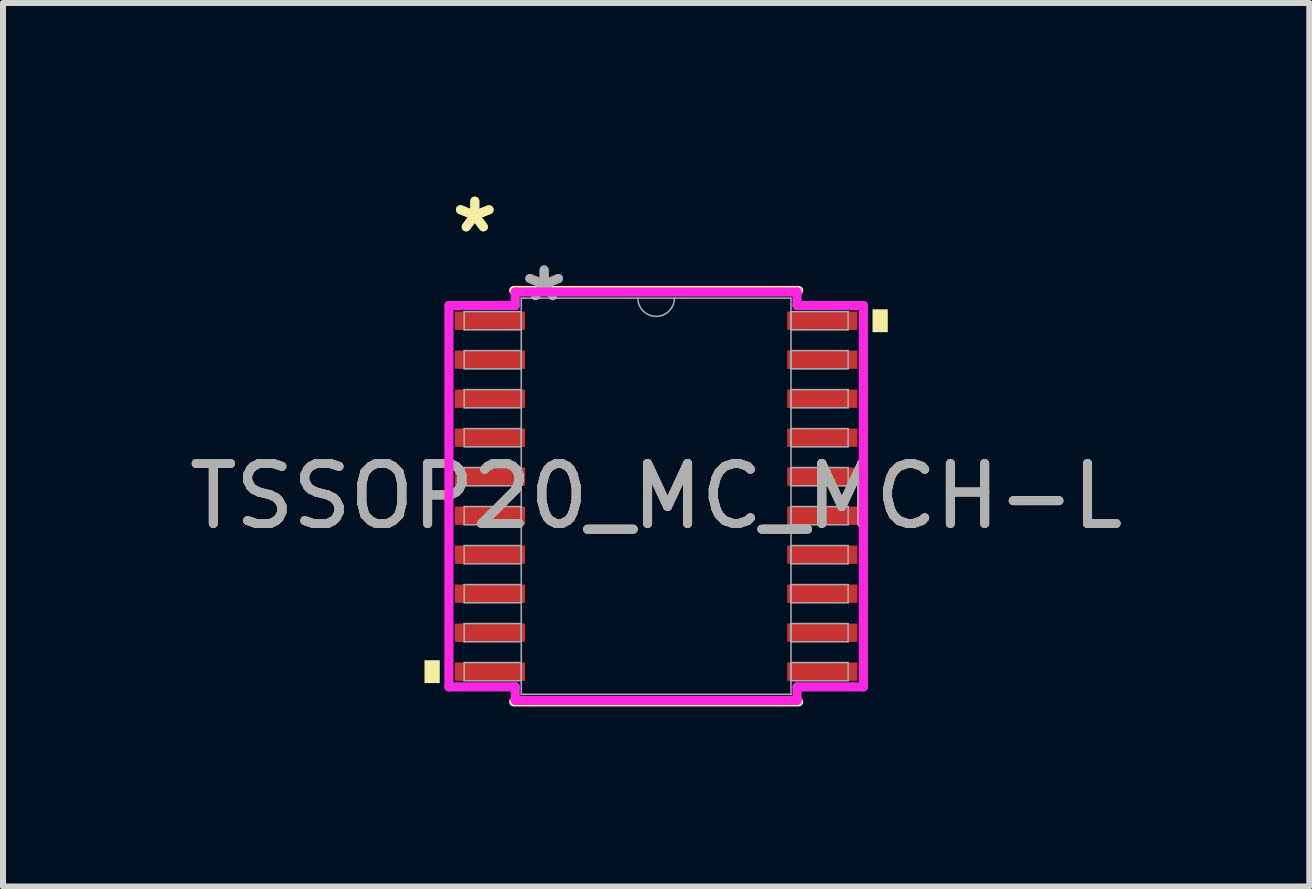
<source format=kicad_pcb>
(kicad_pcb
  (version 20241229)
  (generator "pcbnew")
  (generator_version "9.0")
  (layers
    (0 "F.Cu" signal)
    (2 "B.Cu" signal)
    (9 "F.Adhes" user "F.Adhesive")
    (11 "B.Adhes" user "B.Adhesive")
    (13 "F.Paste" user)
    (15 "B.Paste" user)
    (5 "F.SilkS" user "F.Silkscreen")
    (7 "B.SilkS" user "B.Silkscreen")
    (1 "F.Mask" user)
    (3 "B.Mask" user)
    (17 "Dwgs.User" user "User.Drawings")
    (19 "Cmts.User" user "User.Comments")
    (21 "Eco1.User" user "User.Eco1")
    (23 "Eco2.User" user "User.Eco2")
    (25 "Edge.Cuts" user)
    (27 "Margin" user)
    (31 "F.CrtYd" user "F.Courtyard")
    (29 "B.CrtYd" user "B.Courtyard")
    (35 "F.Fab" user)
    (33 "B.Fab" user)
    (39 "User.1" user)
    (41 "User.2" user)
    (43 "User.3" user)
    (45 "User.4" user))
  (footprint "TSSOP20_MC_MCH-L"
    (layer "F.Cu")
    (at 7.887 5.221)
    (property "Reference" "TSSOP20_MC_MCH-L" (at 0 0 0) (unlocked yes) (layer "F.SilkS") (effects (font (size 1 1) (thickness 0.15))))
    (attr smd)
    (fp_line (start -2.375 3.429) (end 2.375 3.429) (stroke (width 0.152) (type solid)) (layer "F.SilkS"))
    (fp_line (start 2.375 -3.429) (end -2.375 -3.429) (stroke (width 0.152) (type solid)) (layer "F.SilkS"))
    (fp_poly (pts (xy -3.861 2.734) (xy -3.861 3.115) (xy -3.607 3.115) (xy -3.607 2.734)) (stroke (width 0) (type solid)) (fill yes) (layer "F.SilkS"))
    (fp_poly (pts (xy 3.861 -3.115) (xy 3.861 -2.734) (xy 3.607 -2.734) (xy 3.607 -3.115)) (stroke (width 0) (type solid)) (fill yes) (layer "F.SilkS"))
    (fp_line (start -3.454 -3.179) (end -2.349 -3.179) (stroke (width 0.152) (type solid)) (layer "F.CrtYd"))
    (fp_line (start -3.454 3.179) (end -3.454 -3.179) (stroke (width 0.152) (type solid)) (layer "F.CrtYd"))
    (fp_line (start -3.454 3.179) (end -2.349 3.179) (stroke (width 0.152) (type solid)) (layer "F.CrtYd"))
    (fp_line (start -2.349 -3.404) (end 2.349 -3.404) (stroke (width 0.152) (type solid)) (layer "F.CrtYd"))
    (fp_line (start -2.349 -3.179) (end -2.349 -3.404) (stroke (width 0.152) (type solid)) (layer "F.CrtYd"))
    (fp_line (start -2.349 3.404) (end -2.349 3.179) (stroke (width 0.152) (type solid)) (layer "F.CrtYd"))
    (fp_line (start 2.349 -3.404) (end 2.349 -3.179) (stroke (width 0.152) (type solid)) (layer "F.CrtYd"))
    (fp_line (start 2.349 3.179) (end 2.349 3.404) (stroke (width 0.152) (type solid)) (layer "F.CrtYd"))
    (fp_line (start 2.349 3.404) (end -2.349 3.404) (stroke (width 0.152) (type solid)) (layer "F.CrtYd"))
    (fp_line (start 3.454 -3.179) (end 2.349 -3.179) (stroke (width 0.152) (type solid)) (layer "F.CrtYd"))
    (fp_line (start 3.454 -3.179) (end 3.454 3.179) (stroke (width 0.152) (type solid)) (layer "F.CrtYd"))
    (fp_line (start 3.454 3.179) (end 2.349 3.179) (stroke (width 0.152) (type solid)) (layer "F.CrtYd"))
    (fp_line (start -3.2 -3.077) (end -3.2 -2.773) (stroke (width 0.025) (type solid)) (layer "F.Fab"))
    (fp_line (start -3.2 -2.773) (end -2.248 -2.773) (stroke (width 0.025) (type solid)) (layer "F.Fab"))
    (fp_line (start -3.2 -2.427) (end -3.2 -2.123) (stroke (width 0.025) (type solid)) (layer "F.Fab"))
    (fp_line (start -3.2 -2.123) (end -2.248 -2.123) (stroke (width 0.025) (type solid)) (layer "F.Fab"))
    (fp_line (start -3.2 -1.777) (end -3.2 -1.473) (stroke (width 0.025) (type solid)) (layer "F.Fab"))
    (fp_line (start -3.2 -1.473) (end -2.248 -1.473) (stroke (width 0.025) (type solid)) (layer "F.Fab"))
    (fp_line (start -3.2 -1.127) (end -3.2 -0.823) (stroke (width 0.025) (type solid)) (layer "F.Fab"))
    (fp_line (start -3.2 -0.823) (end -2.248 -0.823) (stroke (width 0.025) (type solid)) (layer "F.Fab"))
    (fp_line (start -3.2 -0.477) (end -3.2 -0.173) (stroke (width 0.025) (type solid)) (layer "F.Fab"))
    (fp_line (start -3.2 -0.173) (end -2.248 -0.173) (stroke (width 0.025) (type solid)) (layer "F.Fab"))
    (fp_line (start -3.2 0.173) (end -3.2 0.477) (stroke (width 0.025) (type solid)) (layer "F.Fab"))
    (fp_line (start -3.2 0.477) (end -2.248 0.477) (stroke (width 0.025) (type solid)) (layer "F.Fab"))
    (fp_line (start -3.2 0.823) (end -3.2 1.127) (stroke (width 0.025) (type solid)) (layer "F.Fab"))
    (fp_line (start -3.2 1.127) (end -2.248 1.127) (stroke (width 0.025) (type solid)) (layer "F.Fab"))
    (fp_line (start -3.2 1.473) (end -3.2 1.777) (stroke (width 0.025) (type solid)) (layer "F.Fab"))
    (fp_line (start -3.2 1.777) (end -2.248 1.777) (stroke (width 0.025) (type solid)) (layer "F.Fab"))
    (fp_line (start -3.2 2.123) (end -3.2 2.427) (stroke (width 0.025) (type solid)) (layer "F.Fab"))
    (fp_line (start -3.2 2.427) (end -2.248 2.427) (stroke (width 0.025) (type solid)) (layer "F.Fab"))
    (fp_line (start -3.2 2.773) (end -3.2 3.077) (stroke (width 0.025) (type solid)) (layer "F.Fab"))
    (fp_line (start -3.2 3.077) (end -2.248 3.077) (stroke (width 0.025) (type solid)) (layer "F.Fab"))
    (fp_line (start -2.248 -3.302) (end -2.248 3.302) (stroke (width 0.025) (type solid)) (layer "F.Fab"))
    (fp_line (start -2.248 -3.077) (end -3.2 -3.077) (stroke (width 0.025) (type solid)) (layer "F.Fab"))
    (fp_line (start -2.248 -2.773) (end -2.248 -3.077) (stroke (width 0.025) (type solid)) (layer "F.Fab"))
    (fp_line (start -2.248 -2.427) (end -3.2 -2.427) (stroke (width 0.025) (type solid)) (layer "F.Fab"))
    (fp_line (start -2.248 -2.123) (end -2.248 -2.427) (stroke (width 0.025) (type solid)) (layer "F.Fab"))
    (fp_line (start -2.248 -1.777) (end -3.2 -1.777) (stroke (width 0.025) (type solid)) (layer "F.Fab"))
    (fp_line (start -2.248 -1.473) (end -2.248 -1.777) (stroke (width 0.025) (type solid)) (layer "F.Fab"))
    (fp_line (start -2.248 -1.127) (end -3.2 -1.127) (stroke (width 0.025) (type solid)) (layer "F.Fab"))
    (fp_line (start -2.248 -0.823) (end -2.248 -1.127) (stroke (width 0.025) (type solid)) (layer "F.Fab"))
    (fp_line (start -2.248 -0.477) (end -3.2 -0.477) (stroke (width 0.025) (type solid)) (layer "F.Fab"))
    (fp_line (start -2.248 -0.173) (end -2.248 -0.477) (stroke (width 0.025) (type solid)) (layer "F.Fab"))
    (fp_line (start -2.248 0.173) (end -3.2 0.173) (stroke (width 0.025) (type solid)) (layer "F.Fab"))
    (fp_line (start -2.248 0.477) (end -2.248 0.173) (stroke (width 0.025) (type solid)) (layer "F.Fab"))
    (fp_line (start -2.248 0.823) (end -3.2 0.823) (stroke (width 0.025) (type solid)) (layer "F.Fab"))
    (fp_line (start -2.248 1.127) (end -2.248 0.823) (stroke (width 0.025) (type solid)) (layer "F.Fab"))
    (fp_line (start -2.248 1.473) (end -3.2 1.473) (stroke (width 0.025) (type solid)) (layer "F.Fab"))
    (fp_line (start -2.248 1.777) (end -2.248 1.473) (stroke (width 0.025) (type solid)) (layer "F.Fab"))
    (fp_line (start -2.248 2.123) (end -3.2 2.123) (stroke (width 0.025) (type solid)) (layer "F.Fab"))
    (fp_line (start -2.248 2.427) (end -2.248 2.123) (stroke (width 0.025) (type solid)) (layer "F.Fab"))
    (fp_line (start -2.248 2.773) (end -3.2 2.773) (stroke (width 0.025) (type solid)) (layer "F.Fab"))
    (fp_line (start -2.248 3.077) (end -2.248 2.773) (stroke (width 0.025) (type solid)) (layer "F.Fab"))
    (fp_line (start -2.248 3.302) (end 2.248 3.302) (stroke (width 0.025) (type solid)) (layer "F.Fab"))
    (fp_line (start 2.248 -3.302) (end -2.248 -3.302) (stroke (width 0.025) (type solid)) (layer "F.Fab"))
    (fp_line (start 2.248 -3.077) (end 2.248 -2.773) (stroke (width 0.025) (type solid)) (layer "F.Fab"))
    (fp_line (start 2.248 -2.773) (end 3.2 -2.773) (stroke (width 0.025) (type solid)) (layer "F.Fab"))
    (fp_line (start 2.248 -2.427) (end 2.248 -2.123) (stroke (width 0.025) (type solid)) (layer "F.Fab"))
    (fp_line (start 2.248 -2.123) (end 3.2 -2.123) (stroke (width 0.025) (type solid)) (layer "F.Fab"))
    (fp_line (start 2.248 -1.777) (end 2.248 -1.473) (stroke (width 0.025) (type solid)) (layer "F.Fab"))
    (fp_line (start 2.248 -1.473) (end 3.2 -1.473) (stroke (width 0.025) (type solid)) (layer "F.Fab"))
    (fp_line (start 2.248 -1.127) (end 2.248 -0.823) (stroke (width 0.025) (type solid)) (layer "F.Fab"))
    (fp_line (start 2.248 -0.823) (end 3.2 -0.823) (stroke (width 0.025) (type solid)) (layer "F.Fab"))
    (fp_line (start 2.248 -0.477) (end 2.248 -0.173) (stroke (width 0.025) (type solid)) (layer "F.Fab"))
    (fp_line (start 2.248 -0.173) (end 3.2 -0.173) (stroke (width 0.025) (type solid)) (layer "F.Fab"))
    (fp_line (start 2.248 0.173) (end 2.248 0.477) (stroke (width 0.025) (type solid)) (layer "F.Fab"))
    (fp_line (start 2.248 0.477) (end 3.2 0.477) (stroke (width 0.025) (type solid)) (layer "F.Fab"))
    (fp_line (start 2.248 0.823) (end 2.248 1.127) (stroke (width 0.025) (type solid)) (layer "F.Fab"))
    (fp_line (start 2.248 1.127) (end 3.2 1.127) (stroke (width 0.025) (type solid)) (layer "F.Fab"))
    (fp_line (start 2.248 1.473) (end 2.248 1.777) (stroke (width 0.025) (type solid)) (layer "F.Fab"))
    (fp_line (start 2.248 1.777) (end 3.2 1.777) (stroke (width 0.025) (type solid)) (layer "F.Fab"))
    (fp_line (start 2.248 2.123) (end 2.248 2.427) (stroke (width 0.025) (type solid)) (layer "F.Fab"))
    (fp_line (start 2.248 2.427) (end 3.2 2.427) (stroke (width 0.025) (type solid)) (layer "F.Fab"))
    (fp_line (start 2.248 2.773) (end 2.248 3.077) (stroke (width 0.025) (type solid)) (layer "F.Fab"))
    (fp_line (start 2.248 3.077) (end 3.2 3.077) (stroke (width 0.025) (type solid)) (layer "F.Fab"))
    (fp_line (start 2.248 3.302) (end 2.248 -3.302) (stroke (width 0.025) (type solid)) (layer "F.Fab"))
    (fp_line (start 3.2 -3.077) (end 2.248 -3.077) (stroke (width 0.025) (type solid)) (layer "F.Fab"))
    (fp_line (start 3.2 -2.773) (end 3.2 -3.077) (stroke (width 0.025) (type solid)) (layer "F.Fab"))
    (fp_line (start 3.2 -2.427) (end 2.248 -2.427) (stroke (width 0.025) (type solid)) (layer "F.Fab"))
    (fp_line (start 3.2 -2.123) (end 3.2 -2.427) (stroke (width 0.025) (type solid)) (layer "F.Fab"))
    (fp_line (start 3.2 -1.777) (end 2.248 -1.777) (stroke (width 0.025) (type solid)) (layer "F.Fab"))
    (fp_line (start 3.2 -1.473) (end 3.2 -1.777) (stroke (width 0.025) (type solid)) (layer "F.Fab"))
    (fp_line (start 3.2 -1.127) (end 2.248 -1.127) (stroke (width 0.025) (type solid)) (layer "F.Fab"))
    (fp_line (start 3.2 -0.823) (end 3.2 -1.127) (stroke (width 0.025) (type solid)) (layer "F.Fab"))
    (fp_line (start 3.2 -0.477) (end 2.248 -0.477) (stroke (width 0.025) (type solid)) (layer "F.Fab"))
    (fp_line (start 3.2 -0.173) (end 3.2 -0.477) (stroke (width 0.025) (type solid)) (layer "F.Fab"))
    (fp_line (start 3.2 0.173) (end 2.248 0.173) (stroke (width 0.025) (type solid)) (layer "F.Fab"))
    (fp_line (start 3.2 0.477) (end 3.2 0.173) (stroke (width 0.025) (type solid)) (layer "F.Fab"))
    (fp_line (start 3.2 0.823) (end 2.248 0.823) (stroke (width 0.025) (type solid)) (layer "F.Fab"))
    (fp_line (start 3.2 1.127) (end 3.2 0.823) (stroke (width 0.025) (type solid)) (layer "F.Fab"))
    (fp_line (start 3.2 1.473) (end 2.248 1.473) (stroke (width 0.025) (type solid)) (layer "F.Fab"))
    (fp_line (start 3.2 1.777) (end 3.2 1.473) (stroke (width 0.025) (type solid)) (layer "F.Fab"))
    (fp_line (start 3.2 2.123) (end 2.248 2.123) (stroke (width 0.025) (type solid)) (layer "F.Fab"))
    (fp_line (start 3.2 2.427) (end 3.2 2.123) (stroke (width 0.025) (type solid)) (layer "F.Fab"))
    (fp_line (start 3.2 2.773) (end 2.248 2.773) (stroke (width 0.025) (type solid)) (layer "F.Fab"))
    (fp_line (start 3.2 3.077) (end 3.2 2.773) (stroke (width 0.025) (type solid)) (layer "F.Fab"))
    (fp_arc (start 0.3048 -3.302) (mid 0 -2.9972) (end -0.3048 -3.302) (stroke (width 0.0254) (type solid)) (layer "F.Fab"))
    (fp_text user "*" (at -3.023 -4.373 0) (unlocked yes) (layer "F.SilkS") (effects (font (size 1 1) (thickness 0.15))))
    (fp_text user "*" (at -3.023 -4.373 0) (layer "F.SilkS") (effects (font (size 1 1) (thickness 0.15))))
    (fp_text user "*" (at -1.867 -3.226 0) (layer "F.Fab") (effects (font (size 1 1) (thickness 0.15))))
    (fp_text user "*" (at -1.867 -3.226 0) (unlocked yes) (layer "F.Fab") (effects (font (size 1 1) (thickness 0.15))))
    (fp_text user "${REFERENCE}" (at 0 0 0) (unlocked yes) (layer "F.Fab") (effects (font (size 1 1) (thickness 0.15))))
    (pad "1" smd rect (at -2.769 -2.925) (size 1.168 0.305) (layers "F.Cu" "F.Mask" "F.Paste"))
    (pad "2" smd rect (at -2.769 -2.275) (size 1.168 0.305) (layers "F.Cu" "F.Mask" "F.Paste"))
    (pad "3" smd rect (at -2.769 -1.625) (size 1.168 0.305) (layers "F.Cu" "F.Mask" "F.Paste"))
    (pad "4" smd rect (at -2.769 -0.975) (size 1.168 0.305) (layers "F.Cu" "F.Mask" "F.Paste"))
    (pad "5" smd rect (at -2.769 -0.325) (size 1.168 0.305) (layers "F.Cu" "F.Mask" "F.Paste"))
    (pad "6" smd rect (at -2.769 0.325) (size 1.168 0.305) (layers "F.Cu" "F.Mask" "F.Paste"))
    (pad "7" smd rect (at -2.769 0.975) (size 1.168 0.305) (layers "F.Cu" "F.Mask" "F.Paste"))
    (pad "8" smd rect (at -2.769 1.625) (size 1.168 0.305) (layers "F.Cu" "F.Mask" "F.Paste"))
    (pad "9" smd rect (at -2.769 2.275) (size 1.168 0.305) (layers "F.Cu" "F.Mask" "F.Paste"))
    (pad "10" smd rect (at -2.769 2.925) (size 1.168 0.305) (layers "F.Cu" "F.Mask" "F.Paste"))
    (pad "11" smd rect (at 2.769 2.925) (size 1.168 0.305) (layers "F.Cu" "F.Mask" "F.Paste"))
    (pad "12" smd rect (at 2.769 2.275) (size 1.168 0.305) (layers "F.Cu" "F.Mask" "F.Paste"))
    (pad "13" smd rect (at 2.769 1.625) (size 1.168 0.305) (layers "F.Cu" "F.Mask" "F.Paste"))
    (pad "14" smd rect (at 2.769 0.975) (size 1.168 0.305) (layers "F.Cu" "F.Mask" "F.Paste"))
    (pad "15" smd rect (at 2.769 0.325) (size 1.168 0.305) (layers "F.Cu" "F.Mask" "F.Paste"))
    (pad "16" smd rect (at 2.769 -0.325) (size 1.168 0.305) (layers "F.Cu" "F.Mask" "F.Paste"))
    (pad "17" smd rect (at 2.769 -0.975) (size 1.168 0.305) (layers "F.Cu" "F.Mask" "F.Paste"))
    (pad "18" smd rect (at 2.769 -1.625) (size 1.168 0.305) (layers "F.Cu" "F.Mask" "F.Paste"))
    (pad "19" smd rect (at 2.769 -2.275) (size 1.168 0.305) (layers "F.Cu" "F.Mask" "F.Paste"))
    (pad "20" smd rect (at 2.769 -2.925) (size 1.168 0.305) (layers "F.Cu" "F.Mask" "F.Paste")))
  (gr_rect
    (start -3 -3)
    (end 18.774 11.726)
    (stroke (width 0.1) (type default))
    (fill no)
    (layer "Edge.Cuts")))
</source>
